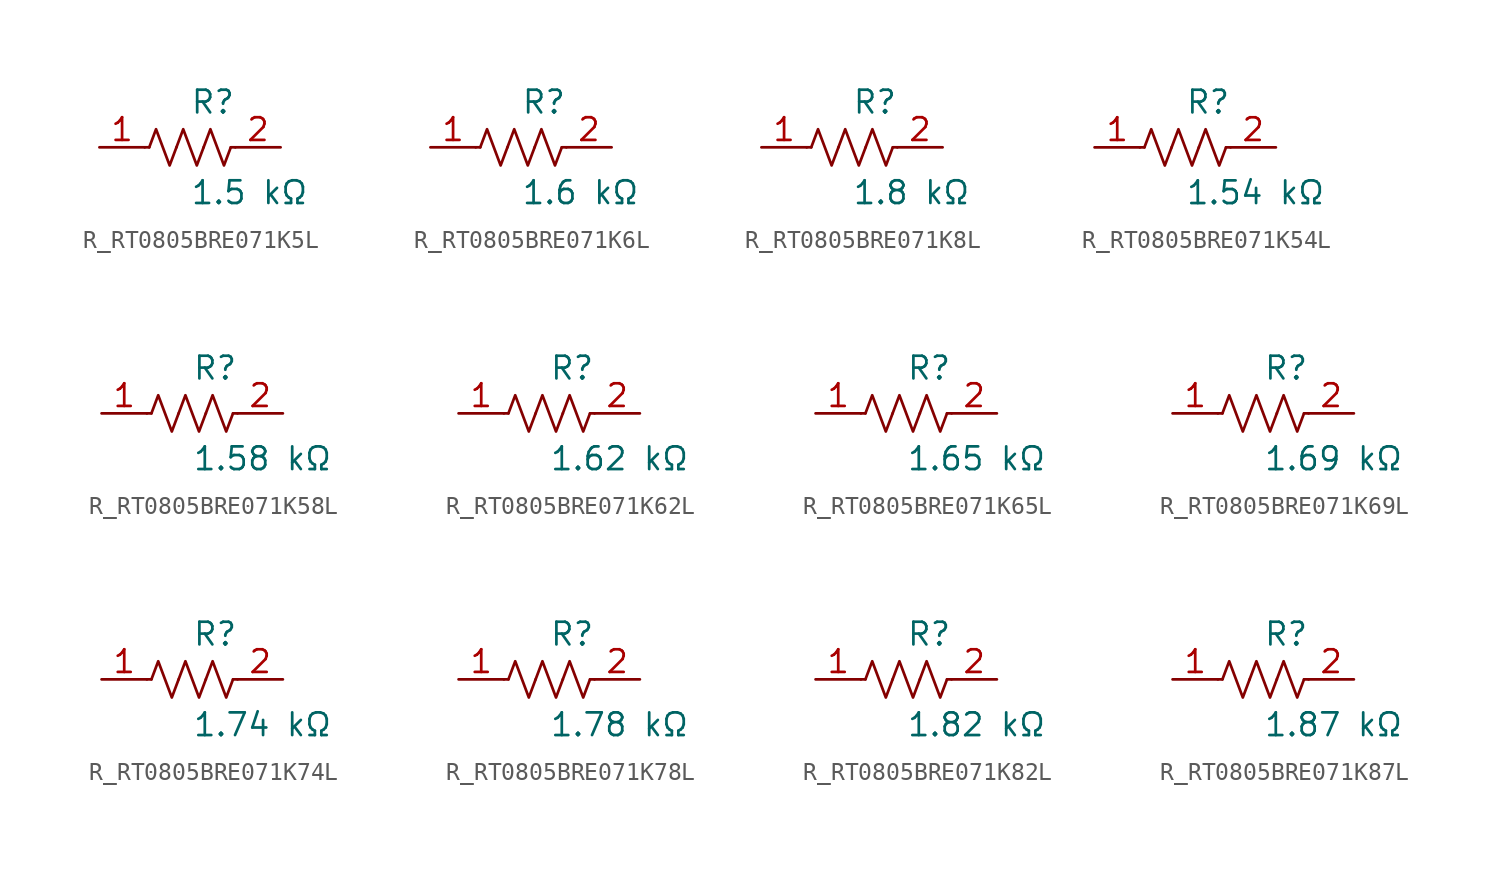
<source format=kicad_sym>
(kicad_symbol_lib
  (version 20231120)
  (generator kicad_symbol_editor)
  (generator_version 8.0)
  (symbol "R_RT0805BRE071K5L"
    (pin_names
      (offset 0.254))
    (property "Reference" "R"
      (at 0.0 2.54 0)
      (effects (font (size 1.27 1.27)) (justify left)))
    (property "Value" "1.5 kΩ"
      (at 0.0 -2.54 0)
      (effects (font (size 1.27 1.27)) (justify left)))
    (symbol "R_RT0805BRE071K5L_0_1"
      (polyline (pts (xy 2.286 0) (xy 2.54 0)) (stroke (width 0) (type default)) (fill (type none)))
      (polyline (pts (xy -2.286 0) (xy -2.54 0)) (stroke (width 0) (type default)) (fill (type none)))
      (polyline (pts (xy 0.762 0) (xy 1.143 1.016) (xy 1.524 0) (xy 1.905 -1.016) (xy 2.286 0)) (stroke (width 0) (type default)) (fill (type none)))
      (polyline (pts (xy -0.762 0) (xy -0.381 1.016) (xy 0 0) (xy 0.381 -1.016) (xy 0.762 0)) (stroke (width 0) (type default)) (fill (type none)))
      (polyline (pts (xy -2.286 0) (xy -1.905 1.016) (xy -1.524 0) (xy -1.143 -1.016) (xy -0.762 0)) (stroke (width 0) (type default)) (fill (type none))))
    (pin unspecified line
      (at -5.08 0 0)
      (length 2.54)
      (name "" (effects (font (size 1.27 1.27))))
      (number "1" (effects (font (size 1.27 1.27)))))
    (pin unspecified line
      (at 5.08 0 180)
      (length 2.54)
      (name "" (effects (font (size 1.27 1.27))))
      (number "2" (effects (font (size 1.27 1.27))))))
  (symbol "R_RT0805BRE071K6L"
    (pin_names
      (offset 0.254))
    (property "Reference" "R"
      (at 0.0 2.54 0)
      (effects (font (size 1.27 1.27)) (justify left)))
    (property "Value" "1.6 kΩ"
      (at 0.0 -2.54 0)
      (effects (font (size 1.27 1.27)) (justify left)))
    (symbol "R_RT0805BRE071K6L_0_1"
      (polyline (pts (xy 2.286 0) (xy 2.54 0)) (stroke (width 0) (type default)) (fill (type none)))
      (polyline (pts (xy -2.286 0) (xy -2.54 0)) (stroke (width 0) (type default)) (fill (type none)))
      (polyline (pts (xy 0.762 0) (xy 1.143 1.016) (xy 1.524 0) (xy 1.905 -1.016) (xy 2.286 0)) (stroke (width 0) (type default)) (fill (type none)))
      (polyline (pts (xy -0.762 0) (xy -0.381 1.016) (xy 0 0) (xy 0.381 -1.016) (xy 0.762 0)) (stroke (width 0) (type default)) (fill (type none)))
      (polyline (pts (xy -2.286 0) (xy -1.905 1.016) (xy -1.524 0) (xy -1.143 -1.016) (xy -0.762 0)) (stroke (width 0) (type default)) (fill (type none))))
    (pin unspecified line
      (at -5.08 0 0)
      (length 2.54)
      (name "" (effects (font (size 1.27 1.27))))
      (number "1" (effects (font (size 1.27 1.27)))))
    (pin unspecified line
      (at 5.08 0 180)
      (length 2.54)
      (name "" (effects (font (size 1.27 1.27))))
      (number "2" (effects (font (size 1.27 1.27))))))
  (symbol "R_RT0805BRE071K8L"
    (pin_names
      (offset 0.254))
    (property "Reference" "R"
      (at 0.0 2.54 0)
      (effects (font (size 1.27 1.27)) (justify left)))
    (property "Value" "1.8 kΩ"
      (at 0.0 -2.54 0)
      (effects (font (size 1.27 1.27)) (justify left)))
    (symbol "R_RT0805BRE071K8L_0_1"
      (polyline (pts (xy 2.286 0) (xy 2.54 0)) (stroke (width 0) (type default)) (fill (type none)))
      (polyline (pts (xy -2.286 0) (xy -2.54 0)) (stroke (width 0) (type default)) (fill (type none)))
      (polyline (pts (xy 0.762 0) (xy 1.143 1.016) (xy 1.524 0) (xy 1.905 -1.016) (xy 2.286 0)) (stroke (width 0) (type default)) (fill (type none)))
      (polyline (pts (xy -0.762 0) (xy -0.381 1.016) (xy 0 0) (xy 0.381 -1.016) (xy 0.762 0)) (stroke (width 0) (type default)) (fill (type none)))
      (polyline (pts (xy -2.286 0) (xy -1.905 1.016) (xy -1.524 0) (xy -1.143 -1.016) (xy -0.762 0)) (stroke (width 0) (type default)) (fill (type none))))
    (pin unspecified line
      (at -5.08 0 0)
      (length 2.54)
      (name "" (effects (font (size 1.27 1.27))))
      (number "1" (effects (font (size 1.27 1.27)))))
    (pin unspecified line
      (at 5.08 0 180)
      (length 2.54)
      (name "" (effects (font (size 1.27 1.27))))
      (number "2" (effects (font (size 1.27 1.27))))))
  (symbol "R_RT0805BRE071K54L"
    (pin_names
      (offset 0.254))
    (property "Reference" "R"
      (at 0.0 2.54 0)
      (effects (font (size 1.27 1.27)) (justify left)))
    (property "Value" "1.54 kΩ"
      (at 0.0 -2.54 0)
      (effects (font (size 1.27 1.27)) (justify left)))
    (symbol "R_RT0805BRE071K54L_0_1"
      (polyline (pts (xy 2.286 0) (xy 2.54 0)) (stroke (width 0) (type default)) (fill (type none)))
      (polyline (pts (xy -2.286 0) (xy -2.54 0)) (stroke (width 0) (type default)) (fill (type none)))
      (polyline (pts (xy 0.762 0) (xy 1.143 1.016) (xy 1.524 0) (xy 1.905 -1.016) (xy 2.286 0)) (stroke (width 0) (type default)) (fill (type none)))
      (polyline (pts (xy -0.762 0) (xy -0.381 1.016) (xy 0 0) (xy 0.381 -1.016) (xy 0.762 0)) (stroke (width 0) (type default)) (fill (type none)))
      (polyline (pts (xy -2.286 0) (xy -1.905 1.016) (xy -1.524 0) (xy -1.143 -1.016) (xy -0.762 0)) (stroke (width 0) (type default)) (fill (type none))))
    (pin unspecified line
      (at -5.08 0 0)
      (length 2.54)
      (name "" (effects (font (size 1.27 1.27))))
      (number "1" (effects (font (size 1.27 1.27)))))
    (pin unspecified line
      (at 5.08 0 180)
      (length 2.54)
      (name "" (effects (font (size 1.27 1.27))))
      (number "2" (effects (font (size 1.27 1.27))))))
  (symbol "R_RT0805BRE071K58L"
    (pin_names
      (offset 0.254))
    (property "Reference" "R"
      (at 0.0 2.54 0)
      (effects (font (size 1.27 1.27)) (justify left)))
    (property "Value" "1.58 kΩ"
      (at 0.0 -2.54 0)
      (effects (font (size 1.27 1.27)) (justify left)))
    (symbol "R_RT0805BRE071K58L_0_1"
      (polyline (pts (xy 2.286 0) (xy 2.54 0)) (stroke (width 0) (type default)) (fill (type none)))
      (polyline (pts (xy -2.286 0) (xy -2.54 0)) (stroke (width 0) (type default)) (fill (type none)))
      (polyline (pts (xy 0.762 0) (xy 1.143 1.016) (xy 1.524 0) (xy 1.905 -1.016) (xy 2.286 0)) (stroke (width 0) (type default)) (fill (type none)))
      (polyline (pts (xy -0.762 0) (xy -0.381 1.016) (xy 0 0) (xy 0.381 -1.016) (xy 0.762 0)) (stroke (width 0) (type default)) (fill (type none)))
      (polyline (pts (xy -2.286 0) (xy -1.905 1.016) (xy -1.524 0) (xy -1.143 -1.016) (xy -0.762 0)) (stroke (width 0) (type default)) (fill (type none))))
    (pin unspecified line
      (at -5.08 0 0)
      (length 2.54)
      (name "" (effects (font (size 1.27 1.27))))
      (number "1" (effects (font (size 1.27 1.27)))))
    (pin unspecified line
      (at 5.08 0 180)
      (length 2.54)
      (name "" (effects (font (size 1.27 1.27))))
      (number "2" (effects (font (size 1.27 1.27))))))
  (symbol "R_RT0805BRE071K62L"
    (pin_names
      (offset 0.254))
    (property "Reference" "R"
      (at 0.0 2.54 0)
      (effects (font (size 1.27 1.27)) (justify left)))
    (property "Value" "1.62 kΩ"
      (at 0.0 -2.54 0)
      (effects (font (size 1.27 1.27)) (justify left)))
    (symbol "R_RT0805BRE071K62L_0_1"
      (polyline (pts (xy 2.286 0) (xy 2.54 0)) (stroke (width 0) (type default)) (fill (type none)))
      (polyline (pts (xy -2.286 0) (xy -2.54 0)) (stroke (width 0) (type default)) (fill (type none)))
      (polyline (pts (xy 0.762 0) (xy 1.143 1.016) (xy 1.524 0) (xy 1.905 -1.016) (xy 2.286 0)) (stroke (width 0) (type default)) (fill (type none)))
      (polyline (pts (xy -0.762 0) (xy -0.381 1.016) (xy 0 0) (xy 0.381 -1.016) (xy 0.762 0)) (stroke (width 0) (type default)) (fill (type none)))
      (polyline (pts (xy -2.286 0) (xy -1.905 1.016) (xy -1.524 0) (xy -1.143 -1.016) (xy -0.762 0)) (stroke (width 0) (type default)) (fill (type none))))
    (pin unspecified line
      (at -5.08 0 0)
      (length 2.54)
      (name "" (effects (font (size 1.27 1.27))))
      (number "1" (effects (font (size 1.27 1.27)))))
    (pin unspecified line
      (at 5.08 0 180)
      (length 2.54)
      (name "" (effects (font (size 1.27 1.27))))
      (number "2" (effects (font (size 1.27 1.27))))))
  (symbol "R_RT0805BRE071K65L"
    (pin_names
      (offset 0.254))
    (property "Reference" "R"
      (at 0.0 2.54 0)
      (effects (font (size 1.27 1.27)) (justify left)))
    (property "Value" "1.65 kΩ"
      (at 0.0 -2.54 0)
      (effects (font (size 1.27 1.27)) (justify left)))
    (symbol "R_RT0805BRE071K65L_0_1"
      (polyline (pts (xy 2.286 0) (xy 2.54 0)) (stroke (width 0) (type default)) (fill (type none)))
      (polyline (pts (xy -2.286 0) (xy -2.54 0)) (stroke (width 0) (type default)) (fill (type none)))
      (polyline (pts (xy 0.762 0) (xy 1.143 1.016) (xy 1.524 0) (xy 1.905 -1.016) (xy 2.286 0)) (stroke (width 0) (type default)) (fill (type none)))
      (polyline (pts (xy -0.762 0) (xy -0.381 1.016) (xy 0 0) (xy 0.381 -1.016) (xy 0.762 0)) (stroke (width 0) (type default)) (fill (type none)))
      (polyline (pts (xy -2.286 0) (xy -1.905 1.016) (xy -1.524 0) (xy -1.143 -1.016) (xy -0.762 0)) (stroke (width 0) (type default)) (fill (type none))))
    (pin unspecified line
      (at -5.08 0 0)
      (length 2.54)
      (name "" (effects (font (size 1.27 1.27))))
      (number "1" (effects (font (size 1.27 1.27)))))
    (pin unspecified line
      (at 5.08 0 180)
      (length 2.54)
      (name "" (effects (font (size 1.27 1.27))))
      (number "2" (effects (font (size 1.27 1.27))))))
  (symbol "R_RT0805BRE071K69L"
    (pin_names
      (offset 0.254))
    (property "Reference" "R"
      (at 0.0 2.54 0)
      (effects (font (size 1.27 1.27)) (justify left)))
    (property "Value" "1.69 kΩ"
      (at 0.0 -2.54 0)
      (effects (font (size 1.27 1.27)) (justify left)))
    (symbol "R_RT0805BRE071K69L_0_1"
      (polyline (pts (xy 2.286 0) (xy 2.54 0)) (stroke (width 0) (type default)) (fill (type none)))
      (polyline (pts (xy -2.286 0) (xy -2.54 0)) (stroke (width 0) (type default)) (fill (type none)))
      (polyline (pts (xy 0.762 0) (xy 1.143 1.016) (xy 1.524 0) (xy 1.905 -1.016) (xy 2.286 0)) (stroke (width 0) (type default)) (fill (type none)))
      (polyline (pts (xy -0.762 0) (xy -0.381 1.016) (xy 0 0) (xy 0.381 -1.016) (xy 0.762 0)) (stroke (width 0) (type default)) (fill (type none)))
      (polyline (pts (xy -2.286 0) (xy -1.905 1.016) (xy -1.524 0) (xy -1.143 -1.016) (xy -0.762 0)) (stroke (width 0) (type default)) (fill (type none))))
    (pin unspecified line
      (at -5.08 0 0)
      (length 2.54)
      (name "" (effects (font (size 1.27 1.27))))
      (number "1" (effects (font (size 1.27 1.27)))))
    (pin unspecified line
      (at 5.08 0 180)
      (length 2.54)
      (name "" (effects (font (size 1.27 1.27))))
      (number "2" (effects (font (size 1.27 1.27))))))
  (symbol "R_RT0805BRE071K74L"
    (pin_names
      (offset 0.254))
    (property "Reference" "R"
      (at 0.0 2.54 0)
      (effects (font (size 1.27 1.27)) (justify left)))
    (property "Value" "1.74 kΩ"
      (at 0.0 -2.54 0)
      (effects (font (size 1.27 1.27)) (justify left)))
    (symbol "R_RT0805BRE071K74L_0_1"
      (polyline (pts (xy 2.286 0) (xy 2.54 0)) (stroke (width 0) (type default)) (fill (type none)))
      (polyline (pts (xy -2.286 0) (xy -2.54 0)) (stroke (width 0) (type default)) (fill (type none)))
      (polyline (pts (xy 0.762 0) (xy 1.143 1.016) (xy 1.524 0) (xy 1.905 -1.016) (xy 2.286 0)) (stroke (width 0) (type default)) (fill (type none)))
      (polyline (pts (xy -0.762 0) (xy -0.381 1.016) (xy 0 0) (xy 0.381 -1.016) (xy 0.762 0)) (stroke (width 0) (type default)) (fill (type none)))
      (polyline (pts (xy -2.286 0) (xy -1.905 1.016) (xy -1.524 0) (xy -1.143 -1.016) (xy -0.762 0)) (stroke (width 0) (type default)) (fill (type none))))
    (pin unspecified line
      (at -5.08 0 0)
      (length 2.54)
      (name "" (effects (font (size 1.27 1.27))))
      (number "1" (effects (font (size 1.27 1.27)))))
    (pin unspecified line
      (at 5.08 0 180)
      (length 2.54)
      (name "" (effects (font (size 1.27 1.27))))
      (number "2" (effects (font (size 1.27 1.27))))))
  (symbol "R_RT0805BRE071K78L"
    (pin_names
      (offset 0.254))
    (property "Reference" "R"
      (at 0.0 2.54 0)
      (effects (font (size 1.27 1.27)) (justify left)))
    (property "Value" "1.78 kΩ"
      (at 0.0 -2.54 0)
      (effects (font (size 1.27 1.27)) (justify left)))
    (symbol "R_RT0805BRE071K78L_0_1"
      (polyline (pts (xy 2.286 0) (xy 2.54 0)) (stroke (width 0) (type default)) (fill (type none)))
      (polyline (pts (xy -2.286 0) (xy -2.54 0)) (stroke (width 0) (type default)) (fill (type none)))
      (polyline (pts (xy 0.762 0) (xy 1.143 1.016) (xy 1.524 0) (xy 1.905 -1.016) (xy 2.286 0)) (stroke (width 0) (type default)) (fill (type none)))
      (polyline (pts (xy -0.762 0) (xy -0.381 1.016) (xy 0 0) (xy 0.381 -1.016) (xy 0.762 0)) (stroke (width 0) (type default)) (fill (type none)))
      (polyline (pts (xy -2.286 0) (xy -1.905 1.016) (xy -1.524 0) (xy -1.143 -1.016) (xy -0.762 0)) (stroke (width 0) (type default)) (fill (type none))))
    (pin unspecified line
      (at -5.08 0 0)
      (length 2.54)
      (name "" (effects (font (size 1.27 1.27))))
      (number "1" (effects (font (size 1.27 1.27)))))
    (pin unspecified line
      (at 5.08 0 180)
      (length 2.54)
      (name "" (effects (font (size 1.27 1.27))))
      (number "2" (effects (font (size 1.27 1.27))))))
  (symbol "R_RT0805BRE071K82L"
    (pin_names
      (offset 0.254))
    (property "Reference" "R"
      (at 0.0 2.54 0)
      (effects (font (size 1.27 1.27)) (justify left)))
    (property "Value" "1.82 kΩ"
      (at 0.0 -2.54 0)
      (effects (font (size 1.27 1.27)) (justify left)))
    (symbol "R_RT0805BRE071K82L_0_1"
      (polyline (pts (xy 2.286 0) (xy 2.54 0)) (stroke (width 0) (type default)) (fill (type none)))
      (polyline (pts (xy -2.286 0) (xy -2.54 0)) (stroke (width 0) (type default)) (fill (type none)))
      (polyline (pts (xy 0.762 0) (xy 1.143 1.016) (xy 1.524 0) (xy 1.905 -1.016) (xy 2.286 0)) (stroke (width 0) (type default)) (fill (type none)))
      (polyline (pts (xy -0.762 0) (xy -0.381 1.016) (xy 0 0) (xy 0.381 -1.016) (xy 0.762 0)) (stroke (width 0) (type default)) (fill (type none)))
      (polyline (pts (xy -2.286 0) (xy -1.905 1.016) (xy -1.524 0) (xy -1.143 -1.016) (xy -0.762 0)) (stroke (width 0) (type default)) (fill (type none))))
    (pin unspecified line
      (at -5.08 0 0)
      (length 2.54)
      (name "" (effects (font (size 1.27 1.27))))
      (number "1" (effects (font (size 1.27 1.27)))))
    (pin unspecified line
      (at 5.08 0 180)
      (length 2.54)
      (name "" (effects (font (size 1.27 1.27))))
      (number "2" (effects (font (size 1.27 1.27))))))
  (symbol "R_RT0805BRE071K87L"
    (pin_names
      (offset 0.254))
    (property "Reference" "R"
      (at 0.0 2.54 0)
      (effects (font (size 1.27 1.27)) (justify left)))
    (property "Value" "1.87 kΩ"
      (at 0.0 -2.54 0)
      (effects (font (size 1.27 1.27)) (justify left)))
    (symbol "R_RT0805BRE071K87L_0_1"
      (polyline (pts (xy 2.286 0) (xy 2.54 0)) (stroke (width 0) (type default)) (fill (type none)))
      (polyline (pts (xy -2.286 0) (xy -2.54 0)) (stroke (width 0) (type default)) (fill (type none)))
      (polyline (pts (xy 0.762 0) (xy 1.143 1.016) (xy 1.524 0) (xy 1.905 -1.016) (xy 2.286 0)) (stroke (width 0) (type default)) (fill (type none)))
      (polyline (pts (xy -0.762 0) (xy -0.381 1.016) (xy 0 0) (xy 0.381 -1.016) (xy 0.762 0)) (stroke (width 0) (type default)) (fill (type none)))
      (polyline (pts (xy -2.286 0) (xy -1.905 1.016) (xy -1.524 0) (xy -1.143 -1.016) (xy -0.762 0)) (stroke (width 0) (type default)) (fill (type none))))
    (pin unspecified line
      (at -5.08 0 0)
      (length 2.54)
      (name "" (effects (font (size 1.27 1.27))))
      (number "1" (effects (font (size 1.27 1.27)))))
    (pin unspecified line
      (at 5.08 0 180)
      (length 2.54)
      (name "" (effects (font (size 1.27 1.27))))
      (number "2" (effects (font (size 1.27 1.27)))))))
</source>
